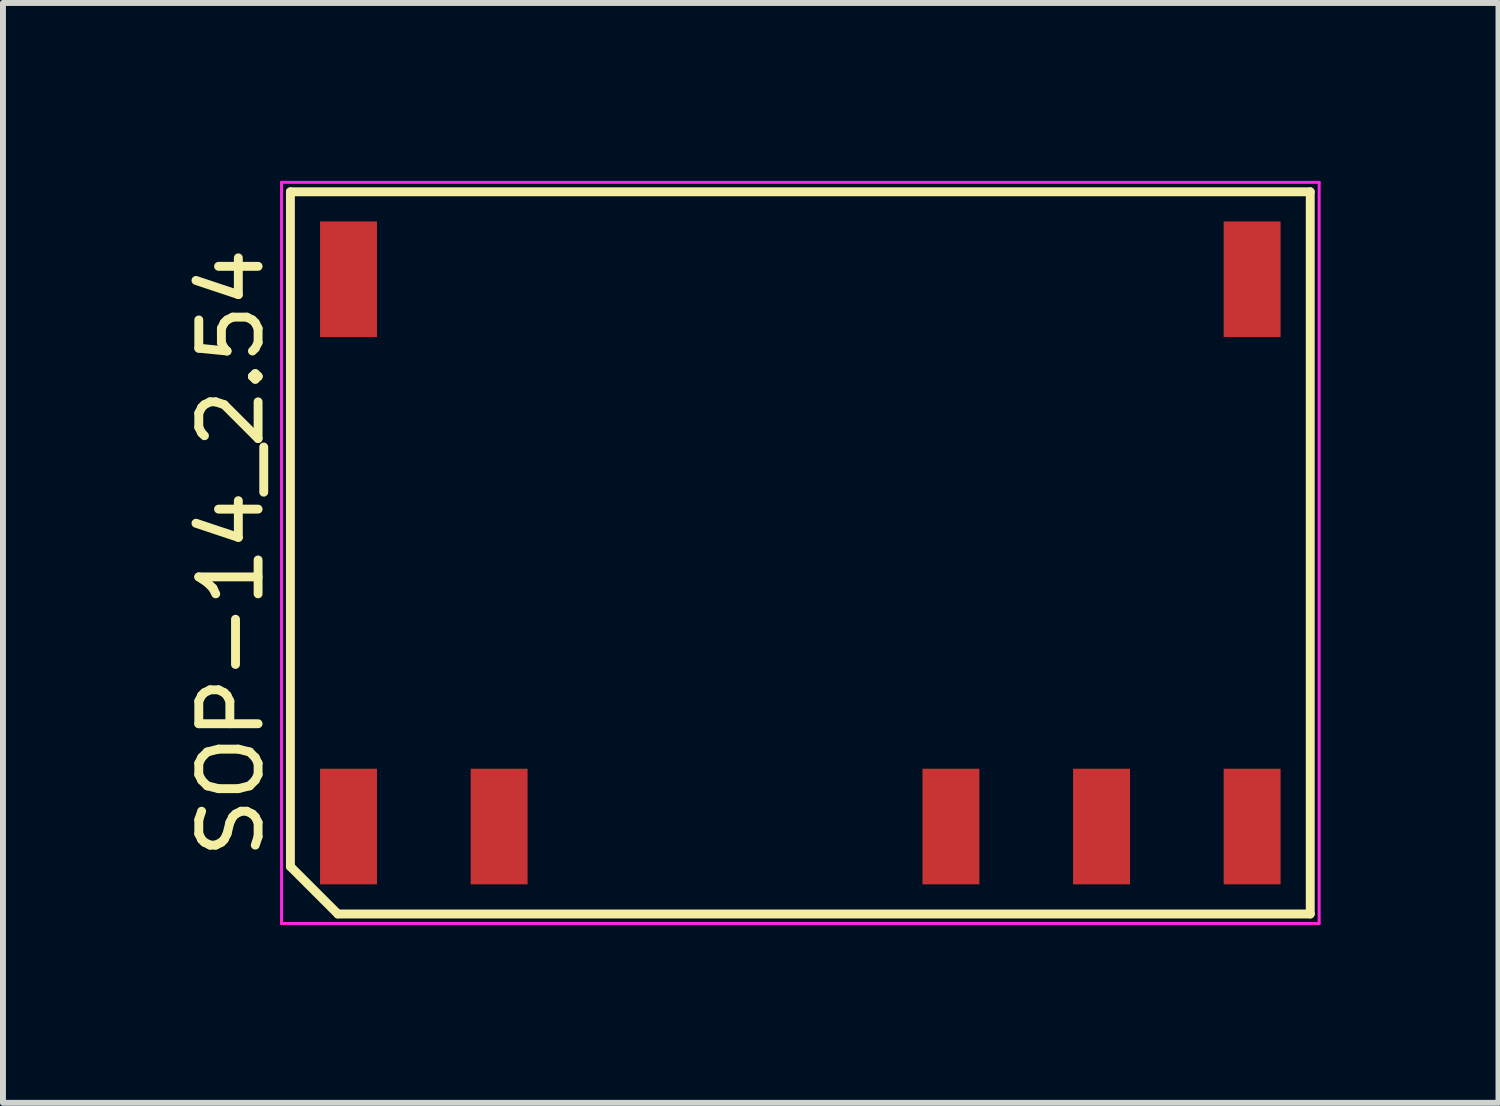
<source format=kicad_pcb>
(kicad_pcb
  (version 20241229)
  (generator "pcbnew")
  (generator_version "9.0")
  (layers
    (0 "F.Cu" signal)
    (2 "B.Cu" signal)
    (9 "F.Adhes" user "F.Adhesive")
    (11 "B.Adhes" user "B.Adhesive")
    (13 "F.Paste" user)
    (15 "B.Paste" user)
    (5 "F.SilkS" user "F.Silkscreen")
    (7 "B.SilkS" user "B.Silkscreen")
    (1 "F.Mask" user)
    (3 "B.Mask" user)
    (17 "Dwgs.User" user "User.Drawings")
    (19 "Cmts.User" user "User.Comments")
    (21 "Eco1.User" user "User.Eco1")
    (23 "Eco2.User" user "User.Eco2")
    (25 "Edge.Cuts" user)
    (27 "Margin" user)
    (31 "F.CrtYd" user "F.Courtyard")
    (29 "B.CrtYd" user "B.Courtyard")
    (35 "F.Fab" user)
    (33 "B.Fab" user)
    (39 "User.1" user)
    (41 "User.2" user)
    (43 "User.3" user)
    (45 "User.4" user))
  (footprint "SOP-14_2.54"
    (layer "F.Cu")
    (at 10.448 6.275)
    (property "Reference" "SOP-14_2.54" (at -9.6 0 90) (layer "F.SilkS") (effects (font (size 1 1) (thickness 0.15))))
    (attr smd)
    (fp_line (start -8.6 -6.09) (end 8.6 -6.09) (stroke (width 0.15) (type solid)) (layer "F.SilkS"))
    (fp_line (start -8.6 5.29) (end -8.6 -6.09) (stroke (width 0.15) (type solid)) (layer "F.SilkS"))
    (fp_line (start -7.8 6.09) (end -8.6 5.29) (stroke (width 0.15) (type solid)) (layer "F.SilkS"))
    (fp_line (start 8.6 -6.09) (end 8.6 6.09) (stroke (width 0.15) (type solid)) (layer "F.SilkS"))
    (fp_line (start 8.6 6.09) (end -7.8 6.09) (stroke (width 0.15) (type solid)) (layer "F.SilkS"))
    (fp_line (start -8.75 -6.25) (end 8.75 -6.25) (stroke (width 0.05) (type solid)) (layer "F.CrtYd"))
    (fp_line (start -8.75 6.25) (end -8.75 -6.25) (stroke (width 0.05) (type solid)) (layer "F.CrtYd"))
    (fp_line (start 8.75 -6.25) (end 8.75 6.25) (stroke (width 0.05) (type solid)) (layer "F.CrtYd"))
    (fp_line (start 8.75 6.25) (end -8.75 6.25) (stroke (width 0.05) (type solid)) (layer "F.CrtYd"))
    (pad "1" smd rect (at -7.62 4.615) (size 0.96 1.95) (layers "F.Cu" "F.Mask" "F.Paste"))
    (pad "2" smd rect (at -5.08 4.615) (size 0.96 1.95) (layers "F.Cu" "F.Mask" "F.Paste"))
    (pad "5" smd rect (at 2.54 4.615) (size 0.96 1.95) (layers "F.Cu" "F.Mask" "F.Paste"))
    (pad "6" smd rect (at 5.08 4.615) (size 0.96 1.95) (layers "F.Cu" "F.Mask" "F.Paste"))
    (pad "7" smd rect (at 7.62 4.615) (size 0.96 1.95) (layers "F.Cu" "F.Mask" "F.Paste"))
    (pad "8" smd rect (at 7.62 -4.615) (size 0.96 1.95) (layers "F.Cu" "F.Mask" "F.Paste"))
    (pad "14" smd rect (at -7.62 -4.615) (size 0.96 1.95) (layers "F.Cu" "F.Mask" "F.Paste")))
  (gr_rect
    (start -3 -3)
    (end 22.223 15.55)
    (stroke (width 0.1) (type default))
    (fill no)
    (layer "Edge.Cuts")))
</source>
